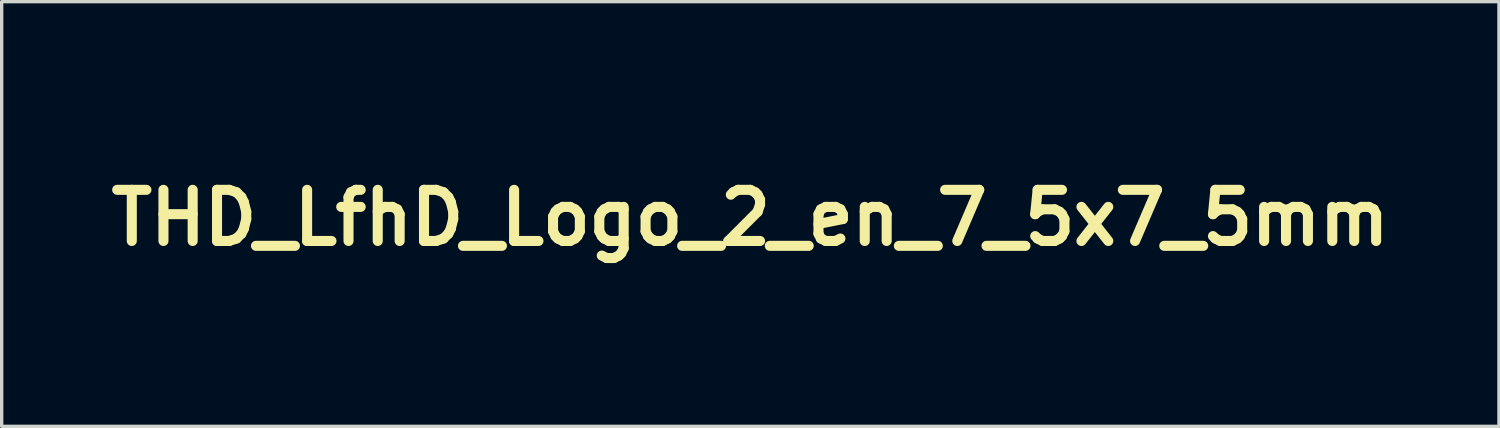
<source format=kicad_pcb>
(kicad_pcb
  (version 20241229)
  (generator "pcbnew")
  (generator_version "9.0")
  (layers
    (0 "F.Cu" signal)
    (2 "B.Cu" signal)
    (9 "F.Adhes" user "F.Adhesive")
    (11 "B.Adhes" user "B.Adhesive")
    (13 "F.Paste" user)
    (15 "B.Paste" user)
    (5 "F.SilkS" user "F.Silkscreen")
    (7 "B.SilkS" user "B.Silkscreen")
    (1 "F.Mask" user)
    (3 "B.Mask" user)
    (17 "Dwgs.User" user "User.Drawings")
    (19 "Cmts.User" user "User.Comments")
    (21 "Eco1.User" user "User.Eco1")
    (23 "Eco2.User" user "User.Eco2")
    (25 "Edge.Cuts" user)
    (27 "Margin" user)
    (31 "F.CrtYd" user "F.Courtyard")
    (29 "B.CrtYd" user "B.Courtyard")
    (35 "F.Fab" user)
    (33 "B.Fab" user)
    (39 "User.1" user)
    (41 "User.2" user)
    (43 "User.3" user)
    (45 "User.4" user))
  (footprint "THD_LfhD_Logo_2_en_7_5x7_5mm"
    (layer "F.Cu")
    (at 19.311 3.442)
    (property "Reference" "THD_LfhD_Logo_2_en_7_5x7_5mm" (at 0 0 0) (layer "F.SilkS") (effects (font (size 1.524 1.524) (thickness 0.3))))
    (attr through_hole)
    (fp_poly (pts (xy 1.795 -3.421) (xy 1.795 -0.711) (xy 1.039 -0.699) (xy 1.039 -3.433) (xy 1.795 -3.421)) (stroke (width 0.01) (type solid)) (fill yes) (layer "F.Mask"))
    (fp_poly (pts (xy -2.444 2.623) (xy -2.382 2.63) (xy -2.382 3.195) (xy -2.506 3.209) (xy -2.506 2.616) (xy -2.444 2.623)) (stroke (width 0.01) (type solid)) (fill yes) (layer "F.Mask"))
    (fp_poly (pts (xy 0.152 2.623) (xy 0.214 2.63) (xy 0.221 2.918) (xy 0.227 3.206) (xy 0.09 3.206) (xy 0.09 2.616) (xy 0.152 2.623)) (stroke (width 0.01) (type solid)) (fill yes) (layer "F.Mask"))
    (fp_poly (pts (xy -1.548 2.63) (xy -1.529 2.649) (xy -1.524 2.683) (xy -1.521 2.751) (xy -1.52 2.844) (xy -1.52 2.937) (xy -1.524 3.195) (xy -1.648 3.209) (xy -1.648 2.619) (xy -1.594 2.619) (xy -1.548 2.63)) (stroke (width 0.01) (type solid)) (fill yes) (layer "F.Mask"))
    (fp_poly (pts (xy -0.301 2.621) (xy -0.285 2.631) (xy -0.276 2.657) (xy -0.272 2.709) (xy -0.271 2.794) (xy -0.271 2.845) (xy -0.271 3.071) (xy 0.023 3.071) (xy 0.023 3.206) (xy -0.186 3.206) (xy -0.395 3.206) (xy -0.388 2.913) (xy -0.381 2.619) (xy -0.326 2.619) (xy -0.301 2.621)) (stroke (width 0.01) (type solid)) (fill yes) (layer "F.Mask"))
    (fp_poly (pts (xy -0.948 2.687) (xy -0.952 2.73) (xy -0.971 2.749) (xy -1.019 2.754) (xy -1.039 2.754) (xy -1.129 2.754) (xy -1.129 3.206) (xy -1.242 3.206) (xy -1.242 2.754) (xy -1.332 2.754) (xy -1.39 2.752) (xy -1.416 2.737) (xy -1.422 2.701) (xy -1.422 2.687) (xy -1.422 2.619) (xy -0.948 2.619) (xy -0.948 2.687)) (stroke (width 0.01) (type solid)) (fill yes) (layer "F.Mask"))
    (fp_poly (pts (xy 0.835 1.693) (xy 0.832 1.737) (xy 0.812 1.756) (xy 0.764 1.761) (xy 0.745 1.761) (xy 0.655 1.761) (xy 0.655 2.213) (xy 0.542 2.213) (xy 0.542 1.761) (xy 0.452 1.761) (xy 0.394 1.758) (xy 0.368 1.744) (xy 0.361 1.708) (xy 0.361 1.693) (xy 0.361 1.626) (xy 0.835 1.626) (xy 0.835 1.693)) (stroke (width 0.01) (type solid)) (fill yes) (layer "F.Mask"))
    (fp_poly (pts (xy 1.174 -0.248) (xy 1.17 -0.205) (xy 1.151 -0.186) (xy 1.103 -0.181) (xy 1.084 -0.181) (xy 0.993 -0.181) (xy 0.993 0.271) (xy 0.881 0.271) (xy 0.881 -0.181) (xy 0.79 -0.181) (xy 0.732 -0.183) (xy 0.707 -0.198) (xy 0.7 -0.234) (xy 0.7 -0.248) (xy 0.7 -0.316) (xy 1.174 -0.316) (xy 1.174 -0.248)) (stroke (width 0.01) (type solid)) (fill yes) (layer "F.Mask"))
    (fp_poly (pts (xy -0.316 -0.722) (xy -0.696 -0.722) (xy -0.823 -0.723) (xy -0.933 -0.726) (xy -1.02 -0.729) (xy -1.075 -0.734) (xy -1.091 -0.738) (xy -1.094 -0.762) (xy -1.097 -0.828) (xy -1.099 -0.93) (xy -1.102 -1.065) (xy -1.103 -1.227) (xy -1.105 -1.413) (xy -1.106 -1.618) (xy -1.106 -1.838) (xy -1.106 -1.9) (xy -1.106 -3.048) (xy -0.316 -3.048) (xy -0.316 -0.722)) (stroke (width 0.01) (type solid)) (fill yes) (layer "F.Mask"))
    (fp_poly (pts (xy 0.824 -0.689) (xy 0.739 -0.682) (xy 0.673 -0.684) (xy 0.643 -0.704) (xy 0.64 -0.734) (xy 0.637 -0.802) (xy 0.634 -0.904) (xy 0.631 -1.032) (xy 0.629 -1.18) (xy 0.627 -1.343) (xy 0.627 -1.343) (xy 0.621 -1.953) (xy 0.248 -1.955) (xy -0.124 -1.958) (xy -0.131 -2.063) (xy -0.138 -2.167) (xy 0.632 -2.167) (xy 0.632 -3.432) (xy 0.836 -3.432) (xy 0.824 -0.689)) (stroke (width 0.01) (type solid)) (fill yes) (layer "F.Mask"))
    (fp_poly (pts (xy 1.829 2.687) (xy 1.825 2.73) (xy 1.806 2.749) (xy 1.758 2.754) (xy 1.738 2.754) (xy 1.648 2.754) (xy 1.648 3.206) (xy 1.513 3.206) (xy 1.513 2.754) (xy 1.435 2.754) (xy 1.368 2.746) (xy 1.338 2.716) (xy 1.343 2.664) (xy 1.354 2.644) (xy 1.374 2.631) (xy 1.414 2.623) (xy 1.481 2.62) (xy 1.584 2.619) (xy 1.593 2.619) (xy 1.829 2.619) (xy 1.829 2.687)) (stroke (width 0.01) (type solid)) (fill yes) (layer "F.Mask"))
    (fp_poly (pts (xy 2.771 2.623) (xy 2.807 2.635) (xy 2.843 2.665) (xy 2.886 2.721) (xy 2.935 2.798) (xy 3.037 2.966) (xy 3.043 2.792) (xy 3.05 2.619) (xy 3.183 2.619) (xy 3.183 3.209) (xy 3.112 3.202) (xy 3.073 3.194) (xy 3.04 3.172) (xy 3.004 3.13) (xy 2.957 3.058) (xy 2.937 3.025) (xy 2.834 2.856) (xy 2.827 3.031) (xy 2.823 3.119) (xy 2.817 3.171) (xy 2.805 3.197) (xy 2.785 3.205) (xy 2.765 3.206) (xy 2.709 3.206) (xy 2.709 2.616) (xy 2.771 2.623)) (stroke (width 0.01) (type solid)) (fill yes) (layer "F.Mask"))
    (fp_poly (pts (xy 1.933 2.62) (xy 1.948 2.629) (xy 1.957 2.652) (xy 1.962 2.696) (xy 1.964 2.77) (xy 1.964 2.88) (xy 1.964 2.913) (xy 1.964 3.032) (xy 1.962 3.114) (xy 1.958 3.165) (xy 1.95 3.192) (xy 1.937 3.204) (xy 1.917 3.206) (xy 1.912 3.206) (xy 1.864 3.2) (xy 1.844 3.191) (xy 1.836 3.161) (xy 1.831 3.097) (xy 1.829 3.01) (xy 1.831 2.912) (xy 1.836 2.814) (xy 1.843 2.738) (xy 1.854 2.668) (xy 1.868 2.633) (xy 1.893 2.62) (xy 1.911 2.619) (xy 1.933 2.62)) (stroke (width 0.01) (type solid)) (fill yes) (layer "F.Mask"))
    (fp_poly (pts (xy 1.7 1.635) (xy 1.793 1.665) (xy 1.853 1.721) (xy 1.886 1.807) (xy 1.897 1.929) (xy 1.897 1.935) (xy 1.885 2.047) (xy 1.848 2.127) (xy 1.781 2.178) (xy 1.68 2.205) (xy 1.575 2.212) (xy 1.4 2.213) (xy 1.4 1.761) (xy 1.535 1.761) (xy 1.535 2.077) (xy 1.618 2.077) (xy 1.685 2.067) (xy 1.739 2.043) (xy 1.742 2.04) (xy 1.774 1.985) (xy 1.783 1.911) (xy 1.768 1.839) (xy 1.746 1.802) (xy 1.688 1.769) (xy 1.622 1.761) (xy 1.535 1.761) (xy 1.4 1.761) (xy 1.4 1.626) (xy 1.57 1.626) (xy 1.7 1.635)) (stroke (width 0.01) (type solid)) (fill yes) (layer "F.Mask"))
    (fp_poly (pts (xy -2.009 -1.874) (xy -2.01 -1.603) (xy -2.01 -1.374) (xy -2.012 -1.184) (xy -2.013 -1.031) (xy -2.016 -0.91) (xy -2.019 -0.82) (xy -2.023 -0.757) (xy -2.029 -0.718) (xy -2.035 -0.7) (xy -2.038 -0.698) (xy -2.088 -0.696) (xy -2.169 -0.694) (xy -2.27 -0.693) (xy -2.382 -0.693) (xy -2.496 -0.692) (xy -2.601 -0.692) (xy -2.69 -0.693) (xy -2.752 -0.694) (xy -2.777 -0.696) (xy -2.783 -0.721) (xy -2.787 -0.789) (xy -2.792 -0.901) (xy -2.795 -1.055) (xy -2.797 -1.251) (xy -2.799 -1.487) (xy -2.8 -1.762) (xy -2.8 -1.876) (xy -2.8 -3.048) (xy -2.009 -3.048) (xy -2.009 -1.874)) (stroke (width 0.01) (type solid)) (fill yes) (layer "F.Mask"))
    (fp_poly (pts (xy -0.909 0.681) (xy -0.847 0.689) (xy -0.842 0.976) (xy -0.838 1.264) (xy -0.904 1.264) (xy -0.944 1.262) (xy -0.963 1.246) (xy -0.97 1.206) (xy -0.971 1.151) (xy -0.971 1.039) (xy -1.197 1.039) (xy -1.197 1.151) (xy -1.198 1.218) (xy -1.207 1.252) (xy -1.231 1.263) (xy -1.265 1.264) (xy -1.333 1.264) (xy -1.327 0.976) (xy -1.321 0.689) (xy -1.259 0.681) (xy -1.222 0.68) (xy -1.204 0.693) (xy -1.197 0.732) (xy -1.197 0.789) (xy -1.197 0.903) (xy -0.971 0.903) (xy -0.971 0.789) (xy -0.969 0.722) (xy -0.961 0.689) (xy -0.94 0.679) (xy -0.909 0.681)) (stroke (width 0.01) (type solid)) (fill yes) (layer "F.Mask"))
    (fp_poly (pts (xy -0.768 1.761) (xy -0.926 1.761) (xy -1.009 1.762) (xy -1.056 1.768) (xy -1.078 1.78) (xy -1.084 1.803) (xy -1.084 1.806) (xy -1.079 1.831) (xy -1.059 1.844) (xy -1.013 1.85) (xy -0.937 1.851) (xy -0.79 1.851) (xy -0.79 1.987) (xy -0.937 1.987) (xy -1.016 1.988) (xy -1.061 1.995) (xy -1.08 2.009) (xy -1.084 2.032) (xy -1.08 2.055) (xy -1.061 2.069) (xy -1.02 2.075) (xy -0.945 2.077) (xy -0.914 2.077) (xy -0.745 2.077) (xy -0.745 2.213) (xy -0.976 2.213) (xy -1.208 2.213) (xy -1.199 1.637) (xy -0.983 1.63) (xy -0.768 1.624) (xy -0.768 1.761)) (stroke (width 0.01) (type solid)) (fill yes) (layer "F.Mask"))
    (fp_poly (pts (xy -0.316 -3.206) (xy -1.626 -3.206) (xy -1.626 -1.964) (xy -1.626 -1.685) (xy -1.626 -1.448) (xy -1.628 -1.25) (xy -1.629 -1.089) (xy -1.632 -0.961) (xy -1.635 -0.864) (xy -1.639 -0.794) (xy -1.643 -0.749) (xy -1.649 -0.726) (xy -1.654 -0.721) (xy -1.695 -0.717) (xy -1.752 -0.71) (xy -1.806 -0.708) (xy -1.837 -0.715) (xy -1.837 -0.716) (xy -1.84 -0.74) (xy -1.842 -0.806) (xy -1.844 -0.908) (xy -1.847 -1.044) (xy -1.848 -1.208) (xy -1.85 -1.396) (xy -1.851 -1.604) (xy -1.851 -1.829) (xy -1.851 -1.968) (xy -1.851 -3.206) (xy -3.161 -3.206) (xy -3.161 -3.432) (xy -0.316 -3.432) (xy -0.316 -3.206)) (stroke (width 0.01) (type solid)) (fill yes) (layer "F.Mask"))
    (fp_poly (pts (xy -2.918 2.62) (xy -2.816 2.623) (xy -2.746 2.635) (xy -2.696 2.661) (xy -2.654 2.705) (xy -2.635 2.731) (xy -2.608 2.801) (xy -2.597 2.893) (xy -2.602 2.991) (xy -2.624 3.074) (xy -2.634 3.093) (xy -2.678 3.148) (xy -2.737 3.183) (xy -2.821 3.201) (xy -2.936 3.206) (xy -3.093 3.206) (xy -3.093 2.754) (xy -2.958 2.754) (xy -2.958 3.071) (xy -2.875 3.071) (xy -2.808 3.061) (xy -2.754 3.036) (xy -2.751 3.033) (xy -2.719 2.978) (xy -2.71 2.904) (xy -2.725 2.832) (xy -2.747 2.796) (xy -2.805 2.763) (xy -2.871 2.754) (xy -2.958 2.754) (xy -3.093 2.754) (xy -3.093 2.619) (xy -2.918 2.62)) (stroke (width 0.01) (type solid)) (fill yes) (layer "F.Mask"))
    (fp_poly (pts (xy -2.867 0.744) (xy -2.87 0.782) (xy -2.884 0.802) (xy -2.921 0.812) (xy -2.991 0.817) (xy -2.997 0.817) (xy -3.074 0.824) (xy -3.116 0.837) (xy -3.133 0.86) (xy -3.134 0.864) (xy -3.132 0.886) (xy -3.109 0.898) (xy -3.055 0.903) (xy -3.016 0.903) (xy -2.944 0.904) (xy -2.907 0.911) (xy -2.892 0.931) (xy -2.89 0.968) (xy -2.89 0.971) (xy -2.892 1.01) (xy -2.906 1.03) (xy -2.942 1.037) (xy -3.012 1.039) (xy -3.138 1.039) (xy -3.138 1.151) (xy -3.14 1.218) (xy -3.149 1.252) (xy -3.173 1.263) (xy -3.206 1.264) (xy -3.274 1.264) (xy -3.274 0.677) (xy -2.867 0.677) (xy -2.867 0.744)) (stroke (width 0.01) (type solid)) (fill yes) (layer "F.Mask"))
    (fp_poly (pts (xy 0.711 0.681) (xy 0.788 0.694) (xy 0.84 0.721) (xy 0.878 0.766) (xy 0.892 0.79) (xy 0.914 0.862) (xy 0.924 0.955) (xy 0.922 1.049) (xy 0.906 1.124) (xy 0.9 1.136) (xy 0.86 1.197) (xy 0.806 1.236) (xy 0.73 1.257) (xy 0.622 1.264) (xy 0.604 1.264) (xy 0.429 1.264) (xy 0.429 0.813) (xy 0.564 0.813) (xy 0.564 1.129) (xy 0.665 1.129) (xy 0.736 1.123) (xy 0.777 1.103) (xy 0.789 1.085) (xy 0.81 1.013) (xy 0.808 0.933) (xy 0.785 0.867) (xy 0.775 0.854) (xy 0.717 0.821) (xy 0.651 0.813) (xy 0.564 0.813) (xy 0.429 0.813) (xy 0.429 0.677) (xy 0.6 0.677) (xy 0.711 0.681)) (stroke (width 0.01) (type solid)) (fill yes) (layer "F.Mask"))
    (fp_poly (pts (xy 1.31 1.759) (xy 1.146 1.766) (xy 1.057 1.771) (xy 1.006 1.781) (xy 0.984 1.796) (xy 0.982 1.806) (xy 0.993 1.826) (xy 1.031 1.838) (xy 1.103 1.845) (xy 1.135 1.847) (xy 1.215 1.851) (xy 1.261 1.858) (xy 1.281 1.873) (xy 1.287 1.9) (xy 1.287 1.919) (xy 1.285 1.954) (xy 1.273 1.974) (xy 1.241 1.984) (xy 1.178 1.989) (xy 1.135 1.991) (xy 1.049 1.998) (xy 1.002 2.008) (xy 0.983 2.025) (xy 0.982 2.032) (xy 0.992 2.051) (xy 1.028 2.063) (xy 1.098 2.07) (xy 1.146 2.072) (xy 1.31 2.079) (xy 1.31 2.213) (xy 0.858 2.213) (xy 0.858 1.626) (xy 1.31 1.626) (xy 1.31 1.759)) (stroke (width 0.01) (type solid)) (fill yes) (layer "F.Mask"))
    (fp_poly (pts (xy 3.364 0.813) (xy 3.206 0.813) (xy 3.123 0.814) (xy 3.075 0.82) (xy 3.054 0.832) (xy 3.048 0.854) (xy 3.048 0.858) (xy 3.053 0.882) (xy 3.073 0.896) (xy 3.119 0.902) (xy 3.195 0.903) (xy 3.342 0.903) (xy 3.342 1.039) (xy 3.195 1.039) (xy 3.115 1.04) (xy 3.071 1.046) (xy 3.052 1.06) (xy 3.048 1.084) (xy 3.052 1.108) (xy 3.072 1.121) (xy 3.116 1.127) (xy 3.195 1.129) (xy 3.203 1.129) (xy 3.286 1.13) (xy 3.333 1.136) (xy 3.357 1.149) (xy 3.367 1.175) (xy 3.37 1.185) (xy 3.373 1.231) (xy 3.368 1.253) (xy 3.342 1.258) (xy 3.281 1.262) (xy 3.196 1.264) (xy 3.135 1.264) (xy 2.913 1.264) (xy 2.913 0.677) (xy 3.364 0.677) (xy 3.364 0.813)) (stroke (width 0.01) (type solid)) (fill yes) (layer "F.Mask"))
    (fp_poly (pts (xy -0.71 -0.308) (xy -0.626 -0.269) (xy -0.557 -0.201) (xy -0.519 -0.123) (xy -0.501 -0.009) (xy -0.522 0.095) (xy -0.576 0.181) (xy -0.658 0.242) (xy -0.763 0.27) (xy -0.789 0.271) (xy -0.867 0.265) (xy -0.924 0.242) (xy -0.967 0.207) (xy -1.026 0.135) (xy -1.055 0.052) (xy -1.057 -0.023) (xy -0.948 -0.023) (xy -0.929 0.054) (xy -0.88 0.107) (xy -0.811 0.133) (xy -0.733 0.126) (xy -0.682 0.1) (xy -0.644 0.054) (xy -0.632 -0.016) (xy -0.649 -0.103) (xy -0.696 -0.159) (xy -0.773 -0.18) (xy -0.782 -0.181) (xy -0.864 -0.162) (xy -0.922 -0.11) (xy -0.948 -0.035) (xy -0.948 -0.023) (xy -1.057 -0.023) (xy -1.058 -0.055) (xy -1.055 -0.086) (xy -1.025 -0.184) (xy -0.967 -0.256) (xy -0.889 -0.301) (xy -0.801 -0.319) (xy -0.71 -0.308)) (stroke (width 0.01) (type solid)) (fill yes) (layer "F.Mask"))
    (fp_poly (pts (xy 1.554 -0.296) (xy 1.641 -0.242) (xy 1.701 -0.16) (xy 1.728 -0.057) (xy 1.718 0.059) (xy 1.716 0.066) (xy 1.669 0.167) (xy 1.591 0.236) (xy 1.487 0.268) (xy 1.445 0.271) (xy 1.36 0.263) (xy 1.296 0.235) (xy 1.267 0.213) (xy 1.198 0.128) (xy 1.165 0.021) (xy 1.166 -0.011) (xy 1.289 -0.011) (xy 1.309 0.064) (xy 1.322 0.085) (xy 1.374 0.125) (xy 1.445 0.136) (xy 1.517 0.119) (xy 1.558 0.09) (xy 1.594 0.026) (xy 1.601 -0.051) (xy 1.579 -0.122) (xy 1.566 -0.139) (xy 1.511 -0.171) (xy 1.437 -0.18) (xy 1.365 -0.165) (xy 1.328 -0.143) (xy 1.296 -0.087) (xy 1.289 -0.011) (xy 1.166 -0.011) (xy 1.169 -0.094) (xy 1.174 -0.111) (xy 1.221 -0.212) (xy 1.299 -0.281) (xy 1.403 -0.314) (xy 1.445 -0.316) (xy 1.554 -0.296)) (stroke (width 0.01) (type solid)) (fill yes) (layer "F.Mask"))
    (fp_poly (pts (xy 2.826 -0.312) (xy 2.845 -0.302) (xy 2.834 -0.278) (xy 2.804 -0.225) (xy 2.761 -0.154) (xy 2.743 -0.125) (xy 2.691 -0.037) (xy 2.66 0.03) (xy 2.645 0.089) (xy 2.642 0.154) (xy 2.64 0.223) (xy 2.631 0.257) (xy 2.61 0.27) (xy 2.585 0.271) (xy 2.553 0.268) (xy 2.536 0.251) (xy 2.53 0.209) (xy 2.529 0.147) (xy 2.526 0.079) (xy 2.512 0.021) (xy 2.484 -0.041) (xy 2.435 -0.123) (xy 2.427 -0.135) (xy 2.381 -0.209) (xy 2.345 -0.268) (xy 2.327 -0.301) (xy 2.326 -0.305) (xy 2.345 -0.313) (xy 2.392 -0.316) (xy 2.437 -0.309) (xy 2.474 -0.281) (xy 2.514 -0.222) (xy 2.519 -0.214) (xy 2.555 -0.157) (xy 2.583 -0.12) (xy 2.593 -0.113) (xy 2.611 -0.131) (xy 2.641 -0.178) (xy 2.662 -0.214) (xy 2.7 -0.277) (xy 2.734 -0.308) (xy 2.776 -0.316) (xy 2.78 -0.316) (xy 2.826 -0.312)) (stroke (width 0.01) (type solid)) (fill yes) (layer "F.Mask"))
    (fp_poly (pts (xy -2.43 0.683) (xy -2.375 0.705) (xy -2.316 0.753) (xy -2.271 0.799) (xy -2.247 0.839) (xy -2.237 0.891) (xy -2.235 0.971) (xy -2.237 1.051) (xy -2.247 1.103) (xy -2.271 1.143) (xy -2.316 1.188) (xy -2.375 1.237) (xy -2.431 1.259) (xy -2.506 1.264) (xy -2.582 1.259) (xy -2.638 1.237) (xy -2.696 1.188) (xy -2.741 1.143) (xy -2.765 1.102) (xy -2.775 1.05) (xy -2.777 0.971) (xy -2.664 0.971) (xy -2.655 1.042) (xy -2.623 1.087) (xy -2.614 1.094) (xy -2.537 1.125) (xy -2.457 1.121) (xy -2.393 1.084) (xy -2.352 1.016) (xy -2.347 0.943) (xy -2.376 0.877) (xy -2.431 0.83) (xy -2.506 0.813) (xy -2.589 0.831) (xy -2.643 0.882) (xy -2.664 0.963) (xy -2.664 0.971) (xy -2.777 0.971) (xy -2.775 0.891) (xy -2.765 0.839) (xy -2.741 0.799) (xy -2.696 0.753) (xy -2.637 0.705) (xy -2.581 0.683) (xy -2.506 0.677) (xy -2.43 0.683)) (stroke (width 0.01) (type solid)) (fill yes) (layer "F.Mask"))
    (fp_poly (pts (xy 2.409 2.625) (xy 2.466 2.65) (xy 2.523 2.696) (xy 2.57 2.742) (xy 2.595 2.782) (xy 2.605 2.833) (xy 2.607 2.912) (xy 2.607 2.913) (xy 2.605 2.992) (xy 2.595 3.043) (xy 2.57 3.083) (xy 2.524 3.129) (xy 2.523 3.129) (xy 2.462 3.178) (xy 2.406 3.201) (xy 2.331 3.206) (xy 2.242 3.196) (xy 2.175 3.164) (xy 2.164 3.155) (xy 2.095 3.079) (xy 2.061 2.992) (xy 2.055 2.913) (xy 2.055 2.913) (xy 2.167 2.913) (xy 2.186 2.989) (xy 2.236 3.042) (xy 2.305 3.068) (xy 2.382 3.061) (xy 2.433 3.035) (xy 2.472 2.989) (xy 2.484 2.919) (xy 2.467 2.832) (xy 2.42 2.776) (xy 2.343 2.755) (xy 2.333 2.754) (xy 2.252 2.774) (xy 2.193 2.825) (xy 2.168 2.9) (xy 2.167 2.913) (xy 2.055 2.913) (xy 2.072 2.794) (xy 2.124 2.703) (xy 2.206 2.644) (xy 2.315 2.62) (xy 2.336 2.619) (xy 2.409 2.625)) (stroke (width 0.01) (type solid)) (fill yes) (layer "F.Mask"))
    (fp_poly (pts (xy -1.933 2.623) (xy -1.88 2.641) (xy -1.832 2.68) (xy -1.827 2.685) (xy -1.778 2.741) (xy -1.765 2.78) (xy -1.786 2.81) (xy -1.808 2.823) (xy -1.85 2.836) (xy -1.886 2.816) (xy -1.9 2.802) (xy -1.964 2.763) (xy -2.042 2.759) (xy -2.117 2.79) (xy -2.155 2.841) (xy -2.169 2.911) (xy -2.158 2.983) (xy -2.126 3.033) (xy -2.086 3.053) (xy -2.026 3.066) (xy -1.961 3.071) (xy -1.906 3.068) (xy -1.876 3.054) (xy -1.874 3.048) (xy -1.894 3.032) (xy -1.941 3.025) (xy -1.942 3.025) (xy -1.99 3.02) (xy -2.007 2.993) (xy -2.009 2.958) (xy -2.009 2.89) (xy -1.738 2.89) (xy -1.738 2.97) (xy -1.745 3.038) (xy -1.76 3.091) (xy -1.761 3.093) (xy -1.81 3.144) (xy -1.89 3.183) (xy -1.985 3.204) (xy -2.023 3.206) (xy -2.095 3.199) (xy -2.153 3.17) (xy -2.198 3.132) (xy -2.271 3.037) (xy -2.301 2.933) (xy -2.288 2.828) (xy -2.232 2.727) (xy -2.202 2.694) (xy -2.15 2.648) (xy -2.1 2.626) (xy -2.032 2.619) (xy -2.01 2.619) (xy -1.933 2.623)) (stroke (width 0.01) (type solid)) (fill yes) (layer "F.Mask"))
    (fp_poly (pts (xy -0.727 2.632) (xy -0.705 2.643) (xy -0.683 2.669) (xy -0.657 2.717) (xy -0.624 2.794) (xy -0.582 2.901) (xy -0.541 3.004) (xy -0.508 3.091) (xy -0.484 3.155) (xy -0.474 3.187) (xy -0.474 3.189) (xy -0.493 3.202) (xy -0.53 3.206) (xy -0.583 3.188) (xy -0.621 3.138) (xy -0.648 3.096) (xy -0.683 3.076) (xy -0.743 3.071) (xy -0.759 3.071) (xy -0.824 3.074) (xy -0.86 3.088) (xy -0.881 3.123) (xy -0.887 3.138) (xy -0.916 3.188) (xy -0.961 3.205) (xy -0.976 3.206) (xy -1.021 3.204) (xy -1.039 3.2) (xy -1.031 3.178) (xy -1.01 3.122) (xy -0.979 3.039) (xy -0.94 2.938) (xy -0.93 2.912) (xy -0.928 2.907) (xy -0.808 2.907) (xy -0.806 2.93) (xy -0.777 2.935) (xy -0.755 2.935) (xy -0.714 2.929) (xy -0.707 2.904) (xy -0.712 2.884) (xy -0.737 2.826) (xy -0.761 2.812) (xy -0.785 2.844) (xy -0.789 2.854) (xy -0.808 2.907) (xy -0.928 2.907) (xy -0.886 2.798) (xy -0.853 2.72) (xy -0.828 2.671) (xy -0.807 2.644) (xy -0.785 2.633) (xy -0.758 2.63) (xy -0.755 2.63) (xy -0.727 2.632)) (stroke (width 0.01) (type solid)) (fill yes) (layer "F.Mask"))
    (fp_poly (pts (xy 2.004 0.691) (xy 2.027 0.701) (xy 2.049 0.727) (xy 2.074 0.774) (xy 2.107 0.85) (xy 2.15 0.959) (xy 2.191 1.062) (xy 2.224 1.15) (xy 2.247 1.214) (xy 2.258 1.245) (xy 2.258 1.247) (xy 2.238 1.259) (xy 2.192 1.264) (xy 2.143 1.256) (xy 2.118 1.223) (xy 2.111 1.197) (xy 2.099 1.156) (xy 2.077 1.136) (xy 2.032 1.13) (xy 1.983 1.129) (xy 1.915 1.131) (xy 1.877 1.143) (xy 1.855 1.171) (xy 1.844 1.197) (xy 1.816 1.247) (xy 1.771 1.264) (xy 1.756 1.264) (xy 1.711 1.263) (xy 1.694 1.259) (xy 1.701 1.237) (xy 1.722 1.181) (xy 1.753 1.098) (xy 1.791 0.997) (xy 1.801 0.971) (xy 1.804 0.964) (xy 1.924 0.964) (xy 1.926 0.987) (xy 1.952 0.993) (xy 1.976 0.993) (xy 2.018 0.988) (xy 2.031 0.976) (xy 2.021 0.946) (xy 1.999 0.903) (xy 1.968 0.847) (xy 1.943 0.91) (xy 1.924 0.964) (xy 1.804 0.964) (xy 1.845 0.857) (xy 1.877 0.779) (xy 1.902 0.729) (xy 1.923 0.703) (xy 1.945 0.691) (xy 1.972 0.689) (xy 1.976 0.689) (xy 2.004 0.691)) (stroke (width 0.01) (type solid)) (fill yes) (layer "F.Mask"))
    (fp_poly (pts (xy -2.596 0.135) (xy -2.449 0.135) (xy -2.368 0.137) (xy -2.321 0.144) (xy -2.296 0.161) (xy -2.282 0.186) (xy -2.265 0.218) (xy -2.252 0.209) (xy -2.249 0.203) (xy -2.236 0.169) (xy -2.211 0.103) (xy -2.178 0.015) (xy -2.157 -0.044) (xy -2.03 -0.044) (xy -2.022 -0.01) (xy -1.991 -0.000058) (xy -1.987 0) (xy -1.951 -0.012) (xy -1.942 -0.028) (xy -1.953 -0.068) (xy -1.973 -0.11) (xy -2.003 -0.164) (xy -2.017 -0.11) (xy -2.03 -0.044) (xy -2.157 -0.044) (xy -2.148 -0.068) (xy -2.108 -0.171) (xy -2.079 -0.24) (xy -2.056 -0.281) (xy -2.033 -0.301) (xy -2.006 -0.31) (xy -1.994 -0.312) (xy -1.967 -0.313) (xy -1.946 -0.306) (xy -1.925 -0.285) (xy -1.902 -0.243) (xy -1.873 -0.174) (xy -1.832 -0.071) (xy -1.813 -0.024) (xy -1.699 0.271) (xy -1.765 0.271) (xy -1.817 0.261) (xy -1.846 0.224) (xy -1.855 0.203) (xy -1.873 0.163) (xy -1.899 0.143) (xy -1.949 0.136) (xy -1.99 0.135) (xy -2.058 0.138) (xy -2.095 0.15) (xy -2.116 0.178) (xy -2.126 0.203) (xy -2.149 0.271) (xy -2.709 0.271) (xy -2.709 -0.316) (xy -2.596 -0.316) (xy -2.596 0.135)) (stroke (width 0.01) (type solid)) (fill yes) (layer "F.Mask"))
    (fp_poly (pts (xy -1.856 0.679) (xy -1.793 0.684) (xy -1.751 0.696) (xy -1.719 0.718) (xy -1.704 0.733) (xy -1.665 0.786) (xy -1.648 0.838) (xy -1.648 0.841) (xy -1.663 0.906) (xy -1.7 0.962) (xy -1.749 0.992) (xy -1.763 0.993) (xy -1.783 0.998) (xy -1.782 1.017) (xy -1.756 1.056) (xy -1.716 1.108) (xy -1.67 1.171) (xy -1.637 1.22) (xy -1.626 1.244) (xy -1.645 1.259) (xy -1.688 1.264) (xy -1.733 1.255) (xy -1.778 1.22) (xy -1.829 1.157) (xy -1.884 1.094) (xy -1.934 1.053) (xy -1.959 1.043) (xy -1.989 1.042) (xy -2.004 1.06) (xy -2.009 1.105) (xy -2.009 1.15) (xy -2.011 1.217) (xy -2.02 1.251) (xy -2.043 1.263) (xy -2.077 1.264) (xy -2.145 1.264) (xy -2.145 0.859) (xy -2.009 0.859) (xy -2.004 0.887) (xy -1.981 0.899) (xy -1.929 0.9) (xy -1.902 0.899) (xy -1.832 0.89) (xy -1.796 0.871) (xy -1.788 0.852) (xy -1.79 0.829) (xy -1.815 0.817) (xy -1.872 0.813) (xy -1.895 0.813) (xy -1.963 0.815) (xy -1.997 0.825) (xy -2.009 0.846) (xy -2.009 0.859) (xy -2.145 0.859) (xy -2.145 0.677) (xy -1.952 0.677) (xy -1.856 0.679)) (stroke (width 0.01) (type solid)) (fill yes) (layer "F.Mask"))
    (fp_poly (pts (xy -0.515 0.682) (xy -0.508 0.682) (xy -0.479 0.687) (xy -0.456 0.701) (xy -0.433 0.73) (xy -0.407 0.781) (xy -0.372 0.861) (xy -0.333 0.959) (xy -0.293 1.062) (xy -0.259 1.15) (xy -0.236 1.214) (xy -0.226 1.245) (xy -0.226 1.247) (xy -0.245 1.259) (xy -0.292 1.264) (xy -0.341 1.256) (xy -0.365 1.223) (xy -0.373 1.197) (xy -0.385 1.156) (xy -0.407 1.136) (xy -0.452 1.13) (xy -0.5 1.129) (xy -0.568 1.131) (xy -0.605 1.143) (xy -0.626 1.171) (xy -0.636 1.197) (xy -0.662 1.246) (xy -0.704 1.263) (xy -0.727 1.264) (xy -0.771 1.259) (xy -0.787 1.248) (xy -0.786 1.247) (xy -0.776 1.22) (xy -0.754 1.16) (xy -0.722 1.074) (xy -0.684 0.971) (xy -0.682 0.965) (xy -0.56 0.965) (xy -0.557 0.988) (xy -0.529 0.993) (xy -0.506 0.993) (xy -0.466 0.988) (xy -0.459 0.962) (xy -0.464 0.943) (xy -0.488 0.884) (xy -0.513 0.871) (xy -0.537 0.902) (xy -0.541 0.912) (xy -0.56 0.965) (xy -0.682 0.965) (xy -0.677 0.953) (xy -0.636 0.84) (xy -0.605 0.763) (xy -0.582 0.716) (xy -0.562 0.69) (xy -0.541 0.681) (xy -0.515 0.682)) (stroke (width 0.01) (type solid)) (fill yes) (layer "F.Mask"))
    (fp_poly (pts (xy 0.131 0.679) (xy 0.194 0.684) (xy 0.236 0.696) (xy 0.268 0.718) (xy 0.283 0.733) (xy 0.322 0.786) (xy 0.339 0.838) (xy 0.339 0.841) (xy 0.324 0.906) (xy 0.286 0.962) (xy 0.238 0.992) (xy 0.224 0.993) (xy 0.204 0.998) (xy 0.205 1.017) (xy 0.23 1.056) (xy 0.27 1.108) (xy 0.317 1.171) (xy 0.35 1.22) (xy 0.361 1.244) (xy 0.342 1.259) (xy 0.299 1.264) (xy 0.254 1.255) (xy 0.209 1.22) (xy 0.158 1.157) (xy 0.103 1.094) (xy 0.052 1.053) (xy 0.028 1.043) (xy -0.002 1.042) (xy -0.017 1.06) (xy -0.022 1.105) (xy -0.023 1.15) (xy -0.024 1.217) (xy -0.033 1.251) (xy -0.056 1.263) (xy -0.09 1.264) (xy -0.158 1.264) (xy -0.158 0.859) (xy -0.023 0.859) (xy -0.017 0.887) (xy 0.006 0.899) (xy 0.058 0.9) (xy 0.084 0.899) (xy 0.155 0.89) (xy 0.19 0.871) (xy 0.199 0.852) (xy 0.197 0.829) (xy 0.172 0.817) (xy 0.115 0.813) (xy 0.092 0.813) (xy 0.024 0.815) (xy -0.01 0.825) (xy -0.022 0.846) (xy -0.023 0.859) (xy -0.158 0.859) (xy -0.158 0.677) (xy 0.035 0.677) (xy 0.131 0.679)) (stroke (width 0.01) (type solid)) (fill yes) (layer "F.Mask"))
    (fp_poly (pts (xy 2.624 0.678) (xy 2.687 0.682) (xy 2.727 0.693) (xy 2.754 0.712) (xy 2.775 0.737) (xy 2.808 0.793) (xy 2.822 0.844) (xy 2.822 0.845) (xy 2.809 0.902) (xy 2.776 0.956) (xy 2.736 0.989) (xy 2.719 0.993) (xy 2.695 0.997) (xy 2.691 1.012) (xy 2.71 1.046) (xy 2.754 1.107) (xy 2.766 1.122) (xy 2.817 1.192) (xy 2.839 1.235) (xy 2.833 1.257) (xy 2.8 1.264) (xy 2.783 1.264) (xy 2.737 1.255) (xy 2.693 1.22) (xy 2.641 1.157) (xy 2.587 1.094) (xy 2.536 1.053) (xy 2.511 1.043) (xy 2.482 1.042) (xy 2.467 1.06) (xy 2.461 1.105) (xy 2.461 1.15) (xy 2.46 1.217) (xy 2.451 1.251) (xy 2.428 1.263) (xy 2.393 1.264) (xy 2.326 1.264) (xy 2.326 0.865) (xy 2.465 0.865) (xy 2.466 0.889) (xy 2.488 0.9) (xy 2.542 0.9) (xy 2.566 0.899) (xy 2.637 0.89) (xy 2.672 0.873) (xy 2.683 0.851) (xy 2.682 0.827) (xy 2.66 0.816) (xy 2.606 0.816) (xy 2.582 0.817) (xy 2.511 0.826) (xy 2.475 0.843) (xy 2.465 0.865) (xy 2.326 0.865) (xy 2.326 0.677) (xy 2.527 0.677) (xy 2.624 0.678)) (stroke (width 0.01) (type solid)) (fill yes) (layer "F.Mask"))
    (fp_poly (pts (xy -1.442 1.63) (xy -1.404 1.64) (xy -1.378 1.659) (xy -1.357 1.684) (xy -1.322 1.752) (xy -1.312 1.823) (xy -1.325 1.886) (xy -1.36 1.93) (xy -1.401 1.942) (xy -1.437 1.946) (xy -1.445 1.953) (xy -1.432 1.975) (xy -1.399 2.022) (xy -1.355 2.082) (xy -1.264 2.201) (xy -1.338 2.209) (xy -1.401 2.204) (xy -1.434 2.177) (xy -1.481 2.109) (xy -1.536 2.047) (xy -1.589 2.003) (xy -1.628 1.987) (xy -1.654 1.994) (xy -1.667 2.021) (xy -1.671 2.08) (xy -1.671 2.1) (xy -1.673 2.167) (xy -1.682 2.2) (xy -1.705 2.212) (xy -1.727 2.213) (xy -1.77 2.207) (xy -1.785 2.196) (xy -1.785 2.168) (xy -1.786 2.104) (xy -1.786 2.014) (xy -1.786 1.908) (xy -1.786 1.806) (xy -1.671 1.806) (xy -1.665 1.834) (xy -1.639 1.847) (xy -1.582 1.851) (xy -1.56 1.851) (xy -1.479 1.845) (xy -1.44 1.824) (xy -1.438 1.82) (xy -1.433 1.788) (xy -1.455 1.77) (xy -1.51 1.762) (xy -1.562 1.761) (xy -1.628 1.764) (xy -1.66 1.774) (xy -1.67 1.798) (xy -1.671 1.806) (xy -1.786 1.806) (xy -1.786 1.637) (xy -1.595 1.63) (xy -1.502 1.628) (xy -1.442 1.63)) (stroke (width 0.01) (type solid)) (fill yes) (layer "F.Mask"))
    (fp_poly (pts (xy -1.29 -0.31) (xy -1.248 -0.299) (xy -1.217 -0.279) (xy -1.205 -0.268) (xy -1.159 -0.201) (xy -1.158 -0.129) (xy -1.183 -0.078) (xy -1.201 -0.043) (xy -1.192 -0.009) (xy -1.17 0.021) (xy -1.14 0.093) (xy -1.151 0.17) (xy -1.191 0.231) (xy -1.217 0.251) (xy -1.258 0.263) (xy -1.325 0.269) (xy -1.426 0.271) (xy -1.434 0.271) (xy -1.641 0.271) (xy -1.64 0.096) (xy -1.509 0.096) (xy -1.507 0.119) (xy -1.483 0.131) (xy -1.429 0.135) (xy -1.39 0.135) (xy -1.318 0.134) (xy -1.28 0.125) (xy -1.266 0.107) (xy -1.264 0.089) (xy -1.269 0.062) (xy -1.29 0.05) (xy -1.339 0.048) (xy -1.383 0.05) (xy -1.457 0.058) (xy -1.495 0.073) (xy -1.509 0.096) (xy -1.64 0.096) (xy -1.639 -0.017) (xy -1.638 -0.122) (xy -1.506 -0.122) (xy -1.469 -0.099) (xy -1.393 -0.09) (xy -1.387 -0.09) (xy -1.324 -0.093) (xy -1.295 -0.106) (xy -1.287 -0.133) (xy -1.287 -0.135) (xy -1.294 -0.164) (xy -1.322 -0.177) (xy -1.382 -0.181) (xy -1.387 -0.181) (xy -1.451 -0.176) (xy -1.494 -0.164) (xy -1.501 -0.158) (xy -1.506 -0.122) (xy -1.638 -0.122) (xy -1.637 -0.305) (xy -1.447 -0.311) (xy -1.352 -0.313) (xy -1.29 -0.31)) (stroke (width 0.01) (type solid)) (fill yes) (layer "F.Mask"))
    (fp_poly (pts (xy 2.072 -3.425) (xy 2.24 -3.395) (xy 2.387 -3.351) (xy 2.537 -3.287) (xy 2.568 -3.271) (xy 2.745 -3.163) (xy 2.909 -3.024) (xy 3.055 -2.864) (xy 3.175 -2.69) (xy 3.262 -2.51) (xy 3.304 -2.372) (xy 3.316 -2.282) (xy 3.323 -2.165) (xy 3.325 -2.037) (xy 3.322 -1.911) (xy 3.313 -1.804) (xy 3.303 -1.743) (xy 3.234 -1.548) (xy 3.128 -1.358) (xy 2.989 -1.181) (xy 2.827 -1.024) (xy 2.646 -0.895) (xy 2.484 -0.813) (xy 2.408 -0.783) (xy 2.343 -0.756) (xy 2.314 -0.745) (xy 2.268 -0.733) (xy 2.195 -0.721) (xy 2.128 -0.713) (xy 1.987 -0.701) (xy 1.987 -0.896) (xy 2.117 -0.925) (xy 2.297 -0.972) (xy 2.444 -1.025) (xy 2.57 -1.09) (xy 2.686 -1.174) (xy 2.771 -1.249) (xy 2.913 -1.413) (xy 3.019 -1.598) (xy 3.087 -1.798) (xy 3.117 -2.006) (xy 3.108 -2.217) (xy 3.06 -2.423) (xy 2.972 -2.62) (xy 2.925 -2.695) (xy 2.842 -2.799) (xy 2.739 -2.9) (xy 2.626 -2.993) (xy 2.509 -3.071) (xy 2.4 -3.128) (xy 2.305 -3.158) (xy 2.272 -3.161) (xy 2.223 -3.169) (xy 2.201 -3.183) (xy 2.172 -3.197) (xy 2.115 -3.205) (xy 2.087 -3.206) (xy 1.987 -3.206) (xy 1.987 -3.437) (xy 2.072 -3.425)) (stroke (width 0.01) (type solid)) (fill yes) (layer "F.Mask"))
    (fp_poly (pts (xy -0.542 2.077) (xy -0.395 2.077) (xy -0.316 2.079) (xy -0.271 2.085) (xy -0.252 2.099) (xy -0.248 2.122) (xy -0.242 2.163) (xy -0.224 2.162) (xy -0.197 2.121) (xy -0.16 2.042) (xy -0.136 1.981) (xy -0.1 1.886) (xy 0.023 1.886) (xy 0.033 1.927) (xy 0.068 1.942) (xy 0.104 1.932) (xy 0.113 1.918) (xy 0.103 1.88) (xy 0.088 1.847) (xy 0.066 1.816) (xy 0.047 1.825) (xy 0.043 1.831) (xy 0.023 1.886) (xy -0.1 1.886) (xy -0.1 1.886) (xy -0.066 1.796) (xy -0.04 1.729) (xy -0.035 1.716) (xy -0.005 1.659) (xy 0.037 1.634) (xy 0.06 1.63) (xy 0.087 1.629) (xy 0.109 1.637) (xy 0.129 1.66) (xy 0.153 1.704) (xy 0.184 1.778) (xy 0.227 1.886) (xy 0.232 1.897) (xy 0.272 2.001) (xy 0.305 2.09) (xy 0.328 2.156) (xy 0.338 2.189) (xy 0.339 2.191) (xy 0.319 2.207) (xy 0.281 2.213) (xy 0.234 2.2) (xy 0.204 2.156) (xy 0.2 2.145) (xy 0.182 2.104) (xy 0.155 2.084) (xy 0.106 2.078) (xy 0.064 2.077) (xy -0.004 2.079) (xy -0.041 2.091) (xy -0.061 2.12) (xy -0.071 2.145) (xy -0.095 2.213) (xy -0.655 2.213) (xy -0.655 1.626) (xy -0.542 1.626) (xy -0.542 2.077)) (stroke (width 0.01) (type solid)) (fill yes) (layer "F.Mask"))
    (fp_poly (pts (xy 2.118 -0.313) (xy 2.194 -0.301) (xy 2.243 -0.276) (xy 2.274 -0.233) (xy 2.292 -0.175) (xy 2.292 -0.113) (xy 2.269 -0.053) (xy 2.232 -0.011) (xy 2.201 0) (xy 2.176 0.003) (xy 2.172 0.018) (xy 2.19 0.052) (xy 2.234 0.112) (xy 2.246 0.129) (xy 2.298 0.199) (xy 2.32 0.242) (xy 2.314 0.263) (xy 2.281 0.271) (xy 2.263 0.271) (xy 2.218 0.261) (xy 2.173 0.226) (xy 2.122 0.164) (xy 2.068 0.101) (xy 2.017 0.059) (xy 1.992 0.049) (xy 1.962 0.049) (xy 1.947 0.066) (xy 1.942 0.112) (xy 1.942 0.156) (xy 1.94 0.224) (xy 1.931 0.258) (xy 1.909 0.27) (xy 1.889 0.271) (xy 1.842 0.265) (xy 1.821 0.256) (xy 1.816 0.229) (xy 1.811 0.166) (xy 1.808 0.076) (xy 1.806 -0.031) (xy 1.806 -0.038) (xy 1.806 -0.135) (xy 1.942 -0.135) (xy 1.948 -0.108) (xy 1.973 -0.095) (xy 2.028 -0.091) (xy 2.055 -0.09) (xy 2.122 -0.093) (xy 2.156 -0.103) (xy 2.167 -0.125) (xy 2.167 -0.135) (xy 2.162 -0.163) (xy 2.136 -0.176) (xy 2.081 -0.18) (xy 2.055 -0.181) (xy 1.987 -0.178) (xy 1.953 -0.168) (xy 1.942 -0.146) (xy 1.942 -0.135) (xy 1.806 -0.135) (xy 1.806 -0.316) (xy 2.006 -0.316) (xy 2.118 -0.313)) (stroke (width 0.01) (type solid)) (fill yes) (layer "F.Mask"))
    (fp_poly (pts (xy 1.479 0.857) (xy 1.499 0.94) (xy 1.518 1.003) (xy 1.531 1.036) (xy 1.534 1.039) (xy 1.544 1.018) (xy 1.559 0.964) (xy 1.576 0.886) (xy 1.581 0.864) (xy 1.599 0.776) (xy 1.614 0.723) (xy 1.632 0.696) (xy 1.657 0.684) (xy 1.676 0.681) (xy 1.709 0.679) (xy 1.728 0.686) (xy 1.735 0.711) (xy 1.728 0.759) (xy 1.71 0.839) (xy 1.692 0.911) (xy 1.659 1.042) (xy 1.635 1.137) (xy 1.616 1.2) (xy 1.601 1.238) (xy 1.587 1.257) (xy 1.57 1.264) (xy 1.548 1.265) (xy 1.535 1.264) (xy 1.508 1.264) (xy 1.487 1.259) (xy 1.471 1.242) (xy 1.455 1.206) (xy 1.437 1.144) (xy 1.412 1.049) (xy 1.393 0.973) (xy 1.373 0.902) (xy 1.356 0.876) (xy 1.341 0.893) (xy 1.324 0.952) (xy 1.322 0.96) (xy 1.307 1.021) (xy 1.285 1.102) (xy 1.273 1.146) (xy 1.251 1.215) (xy 1.229 1.25) (xy 1.2 1.263) (xy 1.174 1.264) (xy 1.124 1.259) (xy 1.098 1.247) (xy 1.088 1.216) (xy 1.075 1.159) (xy 1.072 1.14) (xy 1.058 1.072) (xy 1.037 0.981) (xy 1.014 0.884) (xy 1.013 0.881) (xy 0.99 0.785) (xy 0.978 0.726) (xy 0.977 0.693) (xy 0.989 0.68) (xy 1.016 0.677) (xy 1.036 0.677) (xy 1.077 0.682) (xy 1.1 0.704) (xy 1.113 0.756) (xy 1.116 0.773) (xy 1.132 0.861) (xy 1.153 0.949) (xy 1.156 0.96) (xy 1.181 1.05) (xy 1.23 0.869) (xy 1.255 0.781) (xy 1.274 0.727) (xy 1.294 0.698) (xy 1.321 0.686) (xy 1.358 0.682) (xy 1.437 0.675) (xy 1.479 0.857)) (stroke (width 0.01) (type solid)) (fill yes) (layer "F.Mask"))
    (fp_poly (pts (xy 0.63 2.62) (xy 0.693 2.623) (xy 0.728 2.631) (xy 0.742 2.644) (xy 0.745 2.663) (xy 0.732 2.699) (xy 0.697 2.761) (xy 0.647 2.836) (xy 0.621 2.871) (xy 0.566 2.946) (xy 0.524 3.007) (xy 0.5 3.045) (xy 0.497 3.054) (xy 0.517 3.063) (xy 0.57 3.069) (xy 0.631 3.071) (xy 0.706 3.072) (xy 0.747 3.08) (xy 0.766 3.097) (xy 0.772 3.121) (xy 0.782 3.125) (xy 0.804 3.087) (xy 0.839 3.009) (xy 0.873 2.922) (xy 1.001 2.922) (xy 1.026 2.934) (xy 1.048 2.935) (xy 1.092 2.932) (xy 1.106 2.927) (xy 1.1 2.903) (xy 1.083 2.853) (xy 1.081 2.845) (xy 1.061 2.802) (xy 1.042 2.798) (xy 1.022 2.836) (xy 1.006 2.884) (xy 1.001 2.922) (xy 0.873 2.922) (xy 0.881 2.901) (xy 0.924 2.79) (xy 0.955 2.714) (xy 0.979 2.667) (xy 1 2.642) (xy 1.023 2.632) (xy 1.05 2.63) (xy 1.079 2.632) (xy 1.101 2.643) (xy 1.123 2.669) (xy 1.148 2.716) (xy 1.181 2.793) (xy 1.225 2.901) (xy 1.265 3.004) (xy 1.298 3.091) (xy 1.322 3.155) (xy 1.332 3.187) (xy 1.332 3.189) (xy 1.313 3.202) (xy 1.276 3.206) (xy 1.223 3.188) (xy 1.185 3.138) (xy 1.158 3.096) (xy 1.123 3.076) (xy 1.063 3.071) (xy 1.047 3.071) (xy 0.982 3.074) (xy 0.947 3.088) (xy 0.925 3.123) (xy 0.919 3.138) (xy 0.893 3.206) (xy 0.582 3.206) (xy 0.458 3.206) (xy 0.372 3.204) (xy 0.317 3.2) (xy 0.287 3.192) (xy 0.274 3.18) (xy 0.271 3.164) (xy 0.284 3.128) (xy 0.32 3.068) (xy 0.371 2.992) (xy 0.407 2.943) (xy 0.544 2.766) (xy 0.43 2.759) (xy 0.363 2.753) (xy 0.329 2.742) (xy 0.317 2.717) (xy 0.316 2.686) (xy 0.316 2.619) (xy 0.531 2.619) (xy 0.63 2.62)) (stroke (width 0.01) (type solid)) (fill yes) (layer "F.Mask"))
    (fp_poly (pts (xy -0.07 -0.31) (xy -0.029 -0.299) (xy 0.002 -0.279) (xy 0.014 -0.268) (xy 0.052 -0.211) (xy 0.067 -0.143) (xy 0.059 -0.077) (xy 0.031 -0.025) (xy -0.015 -0.000497) (xy -0.023 0) (xy -0.062 0.01) (xy -0.059 0.038) (xy -0.02 0.081) (xy 0.026 0.134) (xy 0.061 0.189) (xy 0.081 0.222) (xy 0.101 0.234) (xy 0.122 0.22) (xy 0.147 0.176) (xy 0.181 0.098) (xy 0.225 -0.017) (xy 0.229 -0.028) (xy 0.354 -0.028) (xy 0.359 -0.005) (xy 0.388 -0.00006) (xy 0.397 0) (xy 0.438 -0.01) (xy 0.451 -0.028) (xy 0.44 -0.068) (xy 0.421 -0.109) (xy 0.401 -0.14) (xy 0.389 -0.139) (xy 0.374 -0.101) (xy 0.368 -0.08) (xy 0.354 -0.028) (xy 0.229 -0.028) (xy 0.237 -0.05) (xy 0.277 -0.158) (xy 0.307 -0.23) (xy 0.331 -0.275) (xy 0.353 -0.299) (xy 0.378 -0.309) (xy 0.397 -0.311) (xy 0.425 -0.313) (xy 0.447 -0.305) (xy 0.467 -0.283) (xy 0.491 -0.24) (xy 0.522 -0.168) (xy 0.564 -0.061) (xy 0.57 -0.045) (xy 0.61 0.059) (xy 0.644 0.148) (xy 0.667 0.214) (xy 0.677 0.248) (xy 0.677 0.25) (xy 0.658 0.266) (xy 0.62 0.271) (xy 0.573 0.259) (xy 0.543 0.215) (xy 0.538 0.202) (xy 0.521 0.162) (xy 0.497 0.142) (xy 0.453 0.138) (xy 0.399 0.14) (xy 0.33 0.147) (xy 0.293 0.16) (xy 0.275 0.187) (xy 0.271 0.203) (xy 0.26 0.234) (xy 0.239 0.251) (xy 0.196 0.261) (xy 0.12 0.266) (xy 0.106 0.266) (xy 0.03 0.267) (xy -0.024 0.262) (xy -0.045 0.254) (xy -0.045 0.253) (xy -0.061 0.218) (xy -0.101 0.167) (xy -0.152 0.114) (xy -0.204 0.069) (xy -0.244 0.046) (xy -0.25 0.045) (xy -0.276 0.052) (xy -0.289 0.078) (xy -0.293 0.136) (xy -0.294 0.158) (xy -0.295 0.225) (xy -0.305 0.259) (xy -0.327 0.27) (xy -0.349 0.271) (xy -0.394 0.265) (xy -0.413 0.254) (xy -0.416 0.226) (xy -0.418 0.162) (xy -0.42 0.072) (xy -0.42 -0.034) (xy -0.419 -0.13) (xy -0.289 -0.13) (xy -0.287 -0.106) (xy -0.262 -0.094) (xy -0.205 -0.09) (xy -0.182 -0.09) (xy -0.114 -0.093) (xy -0.08 -0.102) (xy -0.068 -0.124) (xy -0.068 -0.137) (xy -0.073 -0.165) (xy -0.096 -0.177) (xy -0.148 -0.178) (xy -0.175 -0.176) (xy -0.245 -0.167) (xy -0.281 -0.149) (xy -0.289 -0.13) (xy -0.419 -0.13) (xy -0.418 -0.305) (xy -0.228 -0.311) (xy -0.133 -0.313) (xy -0.07 -0.31)) (stroke (width 0.01) (type solid)) (fill yes) (layer "F.Mask")))
  (gr_rect
    (start -3 -3)
    (end 41.623 9.656)
    (stroke (width 0.1) (type default))
    (fill no)
    (layer "Edge.Cuts")))
</source>
